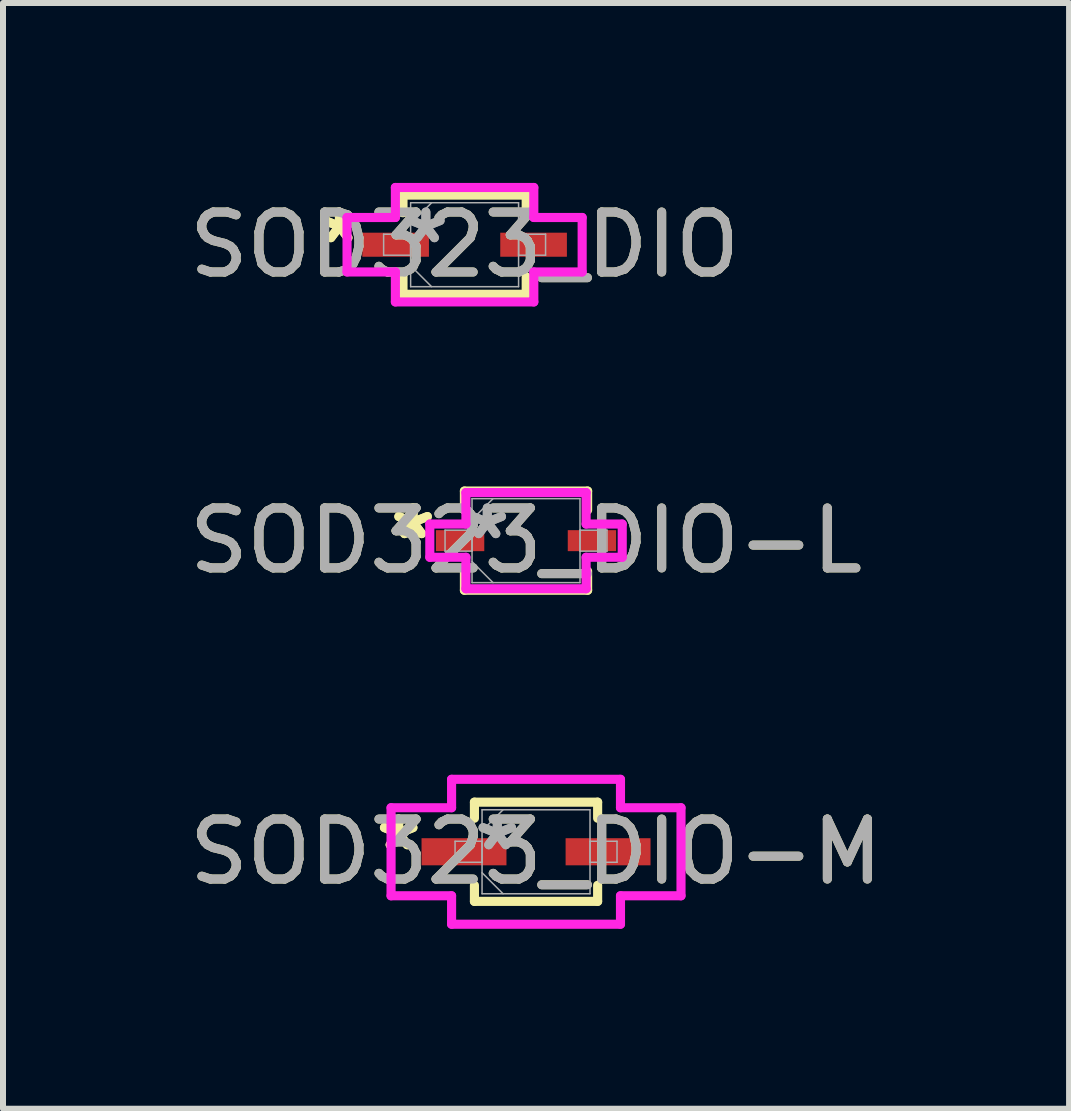
<source format=kicad_pcb>
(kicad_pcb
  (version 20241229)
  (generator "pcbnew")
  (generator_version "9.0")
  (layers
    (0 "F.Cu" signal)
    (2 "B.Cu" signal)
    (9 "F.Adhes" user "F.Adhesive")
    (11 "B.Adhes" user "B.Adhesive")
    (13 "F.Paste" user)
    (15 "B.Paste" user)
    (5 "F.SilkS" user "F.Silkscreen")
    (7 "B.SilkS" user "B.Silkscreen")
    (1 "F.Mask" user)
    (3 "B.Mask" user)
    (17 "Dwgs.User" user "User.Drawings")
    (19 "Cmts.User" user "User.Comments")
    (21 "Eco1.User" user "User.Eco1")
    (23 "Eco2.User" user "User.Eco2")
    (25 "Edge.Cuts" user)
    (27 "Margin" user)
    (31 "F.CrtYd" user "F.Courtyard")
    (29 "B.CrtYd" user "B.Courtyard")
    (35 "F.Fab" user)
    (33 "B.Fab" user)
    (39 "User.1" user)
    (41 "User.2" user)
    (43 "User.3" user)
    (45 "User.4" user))
  (footprint "SOD323_DIO-L"
    (layer "F.Cu")
    (at 5.72 5.964)
    (property "Reference" "SOD323_DIO-L" (at 0 0 0) (unlocked yes) (layer "F.SilkS") (effects (font (size 1 1) (thickness 0.15))))
    (attr smd)
    (fp_line (start -1.027 -0.827) (end -1.027 -0.508) (stroke (width 0.152) (type solid)) (layer "F.SilkS"))
    (fp_line (start -1.027 0.508) (end -1.027 0.827) (stroke (width 0.152) (type solid)) (layer "F.SilkS"))
    (fp_line (start -1.027 0.827) (end 1.027 0.827) (stroke (width 0.152) (type solid)) (layer "F.SilkS"))
    (fp_line (start 1.027 -0.827) (end -1.027 -0.827) (stroke (width 0.152) (type solid)) (layer "F.SilkS"))
    (fp_line (start 1.027 -0.508) (end 1.027 -0.827) (stroke (width 0.152) (type solid)) (layer "F.SilkS"))
    (fp_line (start 1.027 0.827) (end 1.027 0.508) (stroke (width 0.152) (type solid)) (layer "F.SilkS"))
    (fp_line (start -1.604 -0.277) (end -1.002 -0.277) (stroke (width 0.152) (type solid)) (layer "F.CrtYd"))
    (fp_line (start -1.604 0.277) (end -1.604 -0.277) (stroke (width 0.152) (type solid)) (layer "F.CrtYd"))
    (fp_line (start -1.002 -0.802) (end 1.002 -0.802) (stroke (width 0.152) (type solid)) (layer "F.CrtYd"))
    (fp_line (start -1.002 -0.277) (end -1.002 -0.802) (stroke (width 0.152) (type solid)) (layer "F.CrtYd"))
    (fp_line (start -1.002 0.277) (end -1.604 0.277) (stroke (width 0.152) (type solid)) (layer "F.CrtYd"))
    (fp_line (start -1.002 0.802) (end -1.002 0.277) (stroke (width 0.152) (type solid)) (layer "F.CrtYd"))
    (fp_line (start 1.002 -0.802) (end 1.002 -0.277) (stroke (width 0.152) (type solid)) (layer "F.CrtYd"))
    (fp_line (start 1.002 -0.277) (end 1.604 -0.277) (stroke (width 0.152) (type solid)) (layer "F.CrtYd"))
    (fp_line (start 1.002 0.277) (end 1.002 0.802) (stroke (width 0.152) (type solid)) (layer "F.CrtYd"))
    (fp_line (start 1.002 0.802) (end -1.002 0.802) (stroke (width 0.152) (type solid)) (layer "F.CrtYd"))
    (fp_line (start 1.604 -0.277) (end 1.604 0.277) (stroke (width 0.152) (type solid)) (layer "F.CrtYd"))
    (fp_line (start 1.604 0.277) (end 1.002 0.277) (stroke (width 0.152) (type solid)) (layer "F.CrtYd"))
    (fp_line (start -1.35 -0.175) (end -1.35 0.175) (stroke (width 0.025) (type solid)) (layer "F.Fab"))
    (fp_line (start -1.35 0.175) (end -0.9 0.175) (stroke (width 0.025) (type solid)) (layer "F.Fab"))
    (fp_line (start -0.9 -0.7) (end -0.9 0.7) (stroke (width 0.025) (type solid)) (layer "F.Fab"))
    (fp_line (start -0.9 -0.35) (end -0.55 -0.7) (stroke (width 0.025) (type solid)) (layer "F.Fab"))
    (fp_line (start -0.9 -0.175) (end -1.35 -0.175) (stroke (width 0.025) (type solid)) (layer "F.Fab"))
    (fp_line (start -0.9 0.175) (end -0.9 -0.175) (stroke (width 0.025) (type solid)) (layer "F.Fab"))
    (fp_line (start -0.9 0.35) (end -0.55 0.7) (stroke (width 0.025) (type solid)) (layer "F.Fab"))
    (fp_line (start -0.9 0.7) (end 0.9 0.7) (stroke (width 0.025) (type solid)) (layer "F.Fab"))
    (fp_line (start 0.9 -0.7) (end -0.9 -0.7) (stroke (width 0.025) (type solid)) (layer "F.Fab"))
    (fp_line (start 0.9 -0.175) (end 0.9 0.175) (stroke (width 0.025) (type solid)) (layer "F.Fab"))
    (fp_line (start 0.9 0.175) (end 1.35 0.175) (stroke (width 0.025) (type solid)) (layer "F.Fab"))
    (fp_line (start 0.9 0.7) (end 0.9 -0.7) (stroke (width 0.025) (type solid)) (layer "F.Fab"))
    (fp_line (start 1.35 -0.175) (end 0.9 -0.175) (stroke (width 0.025) (type solid)) (layer "F.Fab"))
    (fp_line (start 1.35 0.175) (end 1.35 -0.175) (stroke (width 0.025) (type solid)) (layer "F.Fab"))
    (fp_text user "*" (at -1.883 0 0) (layer "F.SilkS") (effects (font (size 1 1) (thickness 0.15))))
    (fp_text user "*" (at -1.883 0 0) (unlocked yes) (layer "F.SilkS") (effects (font (size 1 1) (thickness 0.15))))
    (fp_text user "${REFERENCE}" (at 0 0 0) (unlocked yes) (layer "F.Fab") (effects (font (size 1 1) (thickness 0.15))))
    (fp_text user "*" (at -0.646 0 0) (unlocked yes) (layer "F.Fab") (effects (font (size 1 1) (thickness 0.15))))
    (fp_text user "*" (at -0.646 0 0) (layer "F.Fab") (effects (font (size 1 1) (thickness 0.15))))
    (pad "1" smd rect (at -1.099 0) (size 0.806 0.35) (layers "F.Cu" "F.Mask" "F.Paste"))
    (pad "2" smd rect (at 1.099 0) (size 0.806 0.35) (layers "F.Cu" "F.Mask" "F.Paste")))
  (footprint "SOD323_DIO"
    (layer "F.Cu")
    (at 4.696 1.03)
    (property "Reference" "SOD323_DIO" (at 0 0 0) (unlocked yes) (layer "F.SilkS") (effects (font (size 1 1) (thickness 0.15))))
    (attr smd)
    (fp_line (start -1.027 -0.827) (end -1.027 -0.533) (stroke (width 0.152) (type solid)) (layer "F.SilkS"))
    (fp_line (start -1.027 0.533) (end -1.027 0.827) (stroke (width 0.152) (type solid)) (layer "F.SilkS"))
    (fp_line (start -1.027 0.827) (end 1.027 0.827) (stroke (width 0.152) (type solid)) (layer "F.SilkS"))
    (fp_line (start 1.027 -0.827) (end -1.027 -0.827) (stroke (width 0.152) (type solid)) (layer "F.SilkS"))
    (fp_line (start 1.027 -0.533) (end 1.027 -0.827) (stroke (width 0.152) (type solid)) (layer "F.SilkS"))
    (fp_line (start 1.027 0.827) (end 1.027 0.533) (stroke (width 0.152) (type solid)) (layer "F.SilkS"))
    (fp_line (start -1.96 -0.454) (end -1.154 -0.454) (stroke (width 0.152) (type solid)) (layer "F.CrtYd"))
    (fp_line (start -1.96 0.454) (end -1.96 -0.454) (stroke (width 0.152) (type solid)) (layer "F.CrtYd"))
    (fp_line (start -1.154 -0.954) (end 1.154 -0.954) (stroke (width 0.152) (type solid)) (layer "F.CrtYd"))
    (fp_line (start -1.154 -0.454) (end -1.154 -0.954) (stroke (width 0.152) (type solid)) (layer "F.CrtYd"))
    (fp_line (start -1.154 0.454) (end -1.96 0.454) (stroke (width 0.152) (type solid)) (layer "F.CrtYd"))
    (fp_line (start -1.154 0.954) (end -1.154 0.454) (stroke (width 0.152) (type solid)) (layer "F.CrtYd"))
    (fp_line (start 1.154 -0.954) (end 1.154 -0.454) (stroke (width 0.152) (type solid)) (layer "F.CrtYd"))
    (fp_line (start 1.154 -0.454) (end 1.96 -0.454) (stroke (width 0.152) (type solid)) (layer "F.CrtYd"))
    (fp_line (start 1.154 0.454) (end 1.154 0.954) (stroke (width 0.152) (type solid)) (layer "F.CrtYd"))
    (fp_line (start 1.154 0.954) (end -1.154 0.954) (stroke (width 0.152) (type solid)) (layer "F.CrtYd"))
    (fp_line (start 1.96 -0.454) (end 1.96 0.454) (stroke (width 0.152) (type solid)) (layer "F.CrtYd"))
    (fp_line (start 1.96 0.454) (end 1.154 0.454) (stroke (width 0.152) (type solid)) (layer "F.CrtYd"))
    (fp_line (start -1.35 -0.175) (end -1.35 0.175) (stroke (width 0.025) (type solid)) (layer "F.Fab"))
    (fp_line (start -1.35 0.175) (end -0.9 0.175) (stroke (width 0.025) (type solid)) (layer "F.Fab"))
    (fp_line (start -0.9 -0.7) (end -0.9 0.7) (stroke (width 0.025) (type solid)) (layer "F.Fab"))
    (fp_line (start -0.9 -0.35) (end -0.55 -0.7) (stroke (width 0.025) (type solid)) (layer "F.Fab"))
    (fp_line (start -0.9 -0.175) (end -1.35 -0.175) (stroke (width 0.025) (type solid)) (layer "F.Fab"))
    (fp_line (start -0.9 0.175) (end -0.9 -0.175) (stroke (width 0.025) (type solid)) (layer "F.Fab"))
    (fp_line (start -0.9 0.35) (end -0.55 0.7) (stroke (width 0.025) (type solid)) (layer "F.Fab"))
    (fp_line (start -0.9 0.7) (end 0.9 0.7) (stroke (width 0.025) (type solid)) (layer "F.Fab"))
    (fp_line (start 0.9 -0.7) (end -0.9 -0.7) (stroke (width 0.025) (type solid)) (layer "F.Fab"))
    (fp_line (start 0.9 -0.175) (end 0.9 0.175) (stroke (width 0.025) (type solid)) (layer "F.Fab"))
    (fp_line (start 0.9 0.175) (end 1.35 0.175) (stroke (width 0.025) (type solid)) (layer "F.Fab"))
    (fp_line (start 0.9 0.7) (end 0.9 -0.7) (stroke (width 0.025) (type solid)) (layer "F.Fab"))
    (fp_line (start 1.35 -0.175) (end 0.9 -0.175) (stroke (width 0.025) (type solid)) (layer "F.Fab"))
    (fp_line (start 1.35 0.175) (end 1.35 -0.175) (stroke (width 0.025) (type solid)) (layer "F.Fab"))
    (fp_text user "*" (at -2.087 0 0) (unlocked yes) (layer "F.SilkS") (effects (font (size 1 1) (thickness 0.15))))
    (fp_text user "*" (at -2.087 0 0) (layer "F.SilkS") (effects (font (size 1 1) (thickness 0.15))))
    (fp_text user "${REFERENCE}" (at 0 0 0) (unlocked yes) (layer "F.Fab") (effects (font (size 1 1) (thickness 0.15))))
    (fp_text user "*" (at -0.646 0 0) (unlocked yes) (layer "F.Fab") (effects (font (size 1 1) (thickness 0.15))))
    (fp_text user "*" (at -0.646 0 0) (layer "F.Fab") (effects (font (size 1 1) (thickness 0.15))))
    (pad "1" smd rect (at -1.15 0) (size 1.111 0.401) (layers "F.Cu" "F.Mask" "F.Paste"))
    (pad "2" smd rect (at 1.15 0) (size 1.111 0.401) (layers "F.Cu" "F.Mask" "F.Paste")))
  (footprint "SOD323_DIO-M"
    (layer "F.Cu")
    (at 5.887 11.151)
    (property "Reference" "SOD323_DIO-M" (at 0 0 0) (unlocked yes) (layer "F.SilkS") (effects (font (size 1 1) (thickness 0.15))))
    (attr smd)
    (fp_line (start -1.027 -0.827) (end -1.027 -0.559) (stroke (width 0.152) (type solid)) (layer "F.SilkS"))
    (fp_line (start -1.027 0.559) (end -1.027 0.827) (stroke (width 0.152) (type solid)) (layer "F.SilkS"))
    (fp_line (start -1.027 0.827) (end 1.027 0.827) (stroke (width 0.152) (type solid)) (layer "F.SilkS"))
    (fp_line (start 1.027 -0.827) (end -1.027 -0.827) (stroke (width 0.152) (type solid)) (layer "F.SilkS"))
    (fp_line (start 1.027 -0.559) (end 1.027 -0.827) (stroke (width 0.152) (type solid)) (layer "F.SilkS"))
    (fp_line (start 1.027 0.827) (end 1.027 0.559) (stroke (width 0.152) (type solid)) (layer "F.SilkS"))
    (fp_line (start -2.417 -0.734) (end -1.408 -0.734) (stroke (width 0.152) (type solid)) (layer "F.CrtYd"))
    (fp_line (start -2.417 0.734) (end -2.417 -0.734) (stroke (width 0.152) (type solid)) (layer "F.CrtYd"))
    (fp_line (start -1.408 -1.208) (end 1.408 -1.208) (stroke (width 0.152) (type solid)) (layer "F.CrtYd"))
    (fp_line (start -1.408 -0.734) (end -1.408 -1.208) (stroke (width 0.152) (type solid)) (layer "F.CrtYd"))
    (fp_line (start -1.408 0.734) (end -2.417 0.734) (stroke (width 0.152) (type solid)) (layer "F.CrtYd"))
    (fp_line (start -1.408 1.208) (end -1.408 0.734) (stroke (width 0.152) (type solid)) (layer "F.CrtYd"))
    (fp_line (start 1.408 -1.208) (end 1.408 -0.734) (stroke (width 0.152) (type solid)) (layer "F.CrtYd"))
    (fp_line (start 1.408 -0.734) (end 2.417 -0.734) (stroke (width 0.152) (type solid)) (layer "F.CrtYd"))
    (fp_line (start 1.408 0.734) (end 1.408 1.208) (stroke (width 0.152) (type solid)) (layer "F.CrtYd"))
    (fp_line (start 1.408 1.208) (end -1.408 1.208) (stroke (width 0.152) (type solid)) (layer "F.CrtYd"))
    (fp_line (start 2.417 -0.734) (end 2.417 0.734) (stroke (width 0.152) (type solid)) (layer "F.CrtYd"))
    (fp_line (start 2.417 0.734) (end 1.408 0.734) (stroke (width 0.152) (type solid)) (layer "F.CrtYd"))
    (fp_line (start -1.35 -0.175) (end -1.35 0.175) (stroke (width 0.025) (type solid)) (layer "F.Fab"))
    (fp_line (start -1.35 0.175) (end -0.9 0.175) (stroke (width 0.025) (type solid)) (layer "F.Fab"))
    (fp_line (start -0.9 -0.7) (end -0.9 0.7) (stroke (width 0.025) (type solid)) (layer "F.Fab"))
    (fp_line (start -0.9 -0.35) (end -0.55 -0.7) (stroke (width 0.025) (type solid)) (layer "F.Fab"))
    (fp_line (start -0.9 -0.175) (end -1.35 -0.175) (stroke (width 0.025) (type solid)) (layer "F.Fab"))
    (fp_line (start -0.9 0.175) (end -0.9 -0.175) (stroke (width 0.025) (type solid)) (layer "F.Fab"))
    (fp_line (start -0.9 0.35) (end -0.55 0.7) (stroke (width 0.025) (type solid)) (layer "F.Fab"))
    (fp_line (start -0.9 0.7) (end 0.9 0.7) (stroke (width 0.025) (type solid)) (layer "F.Fab"))
    (fp_line (start 0.9 -0.7) (end -0.9 -0.7) (stroke (width 0.025) (type solid)) (layer "F.Fab"))
    (fp_line (start 0.9 -0.175) (end 0.9 0.175) (stroke (width 0.025) (type solid)) (layer "F.Fab"))
    (fp_line (start 0.9 0.175) (end 1.35 0.175) (stroke (width 0.025) (type solid)) (layer "F.Fab"))
    (fp_line (start 0.9 0.7) (end 0.9 -0.7) (stroke (width 0.025) (type solid)) (layer "F.Fab"))
    (fp_line (start 1.35 -0.175) (end 0.9 -0.175) (stroke (width 0.025) (type solid)) (layer "F.Fab"))
    (fp_line (start 1.35 0.175) (end 1.35 -0.175) (stroke (width 0.025) (type solid)) (layer "F.Fab"))
    (fp_text user "*" (at -2.29 0 0) (layer "F.SilkS") (effects (font (size 1 1) (thickness 0.15))))
    (fp_text user "*" (at -2.29 0 0) (unlocked yes) (layer "F.SilkS") (effects (font (size 1 1) (thickness 0.15))))
    (fp_text user "*" (at -0.646 0 0) (unlocked yes) (layer "F.Fab") (effects (font (size 1 1) (thickness 0.15))))
    (fp_text user "*" (at -0.646 0 0) (layer "F.Fab") (effects (font (size 1 1) (thickness 0.15))))
    (fp_text user "${REFERENCE}" (at 0 0 0) (unlocked yes) (layer "F.Fab") (effects (font (size 1 1) (thickness 0.15))))
    (pad "1" smd rect (at -1.201 0) (size 1.416 0.452) (layers "F.Cu" "F.Mask" "F.Paste"))
    (pad "2" smd rect (at 1.201 0) (size 1.416 0.452) (layers "F.Cu" "F.Mask" "F.Paste")))
  (gr_rect
    (start -3 -3)
    (end 14.774 15.435)
    (stroke (width 0.1) (type default))
    (fill no)
    (layer "Edge.Cuts")))
</source>
